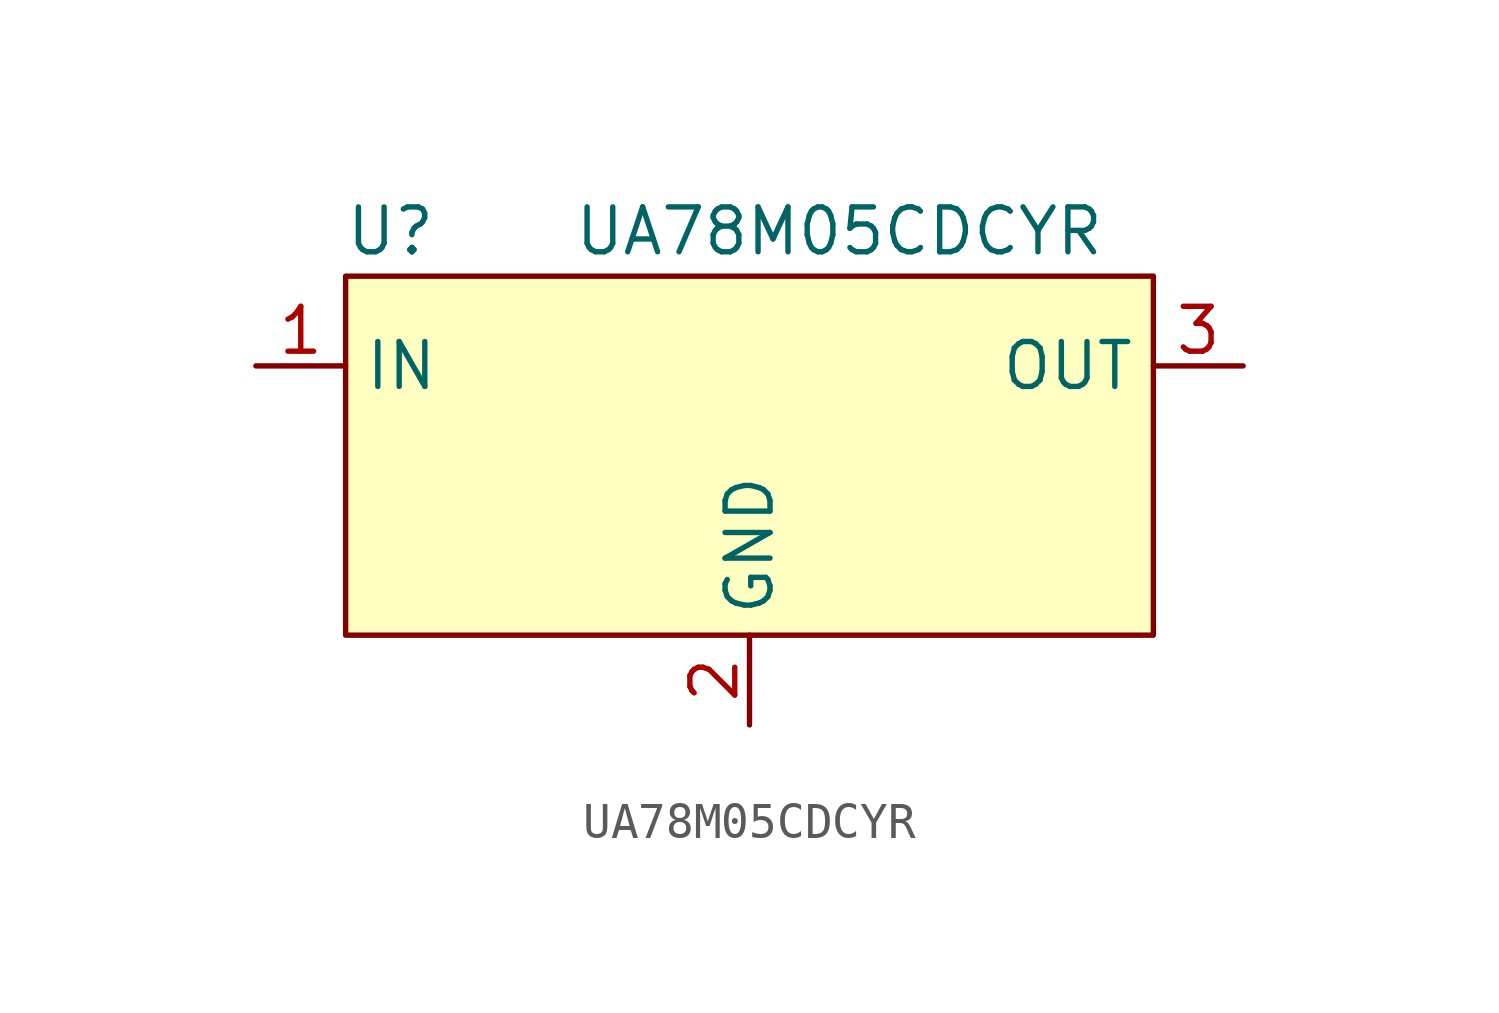
<source format=kicad_sym>
(kicad_symbol_lib
  (version 20220914)
  (generator kicad_symbol_editor)
  (symbol "UA78M05CDCYR"
    (property "Reference" "U"
      (at -10.16 6.35 0)
      (effects (font (size 1.27 1.27))))
    (property "Value" "UA78M05CDCYR"
      (at 2.54 6.35 0)
      (effects (font (size 1.27 1.27))))
    (symbol "UA78M05CDCYR_1_1"
      (rectangle (start -11.43 5.08) (end 11.43 -5.08) (stroke (width 0) (type default) (color 132 0 0 1)) (fill (type background)))
      (pin power_in line (at -13.97 2.54 0) (length 2.54) (name "IN" (effects (font (size 1.27 1.27)))) (number "1" (effects (font (size 1.27 1.27)))))
      (pin passive line (at 0 -7.62 90) (length 2.54) (name "GND" (effects (font (size 1.27 1.27)))) (number "2" (effects (font (size 1.27 1.27)))))
      (pin power_out line (at 13.97 2.54 180) (length 2.54) (name "OUT" (effects (font (size 1.27 1.27)))) (number "3" (effects (font (size 1.27 1.27))))))))
</source>
